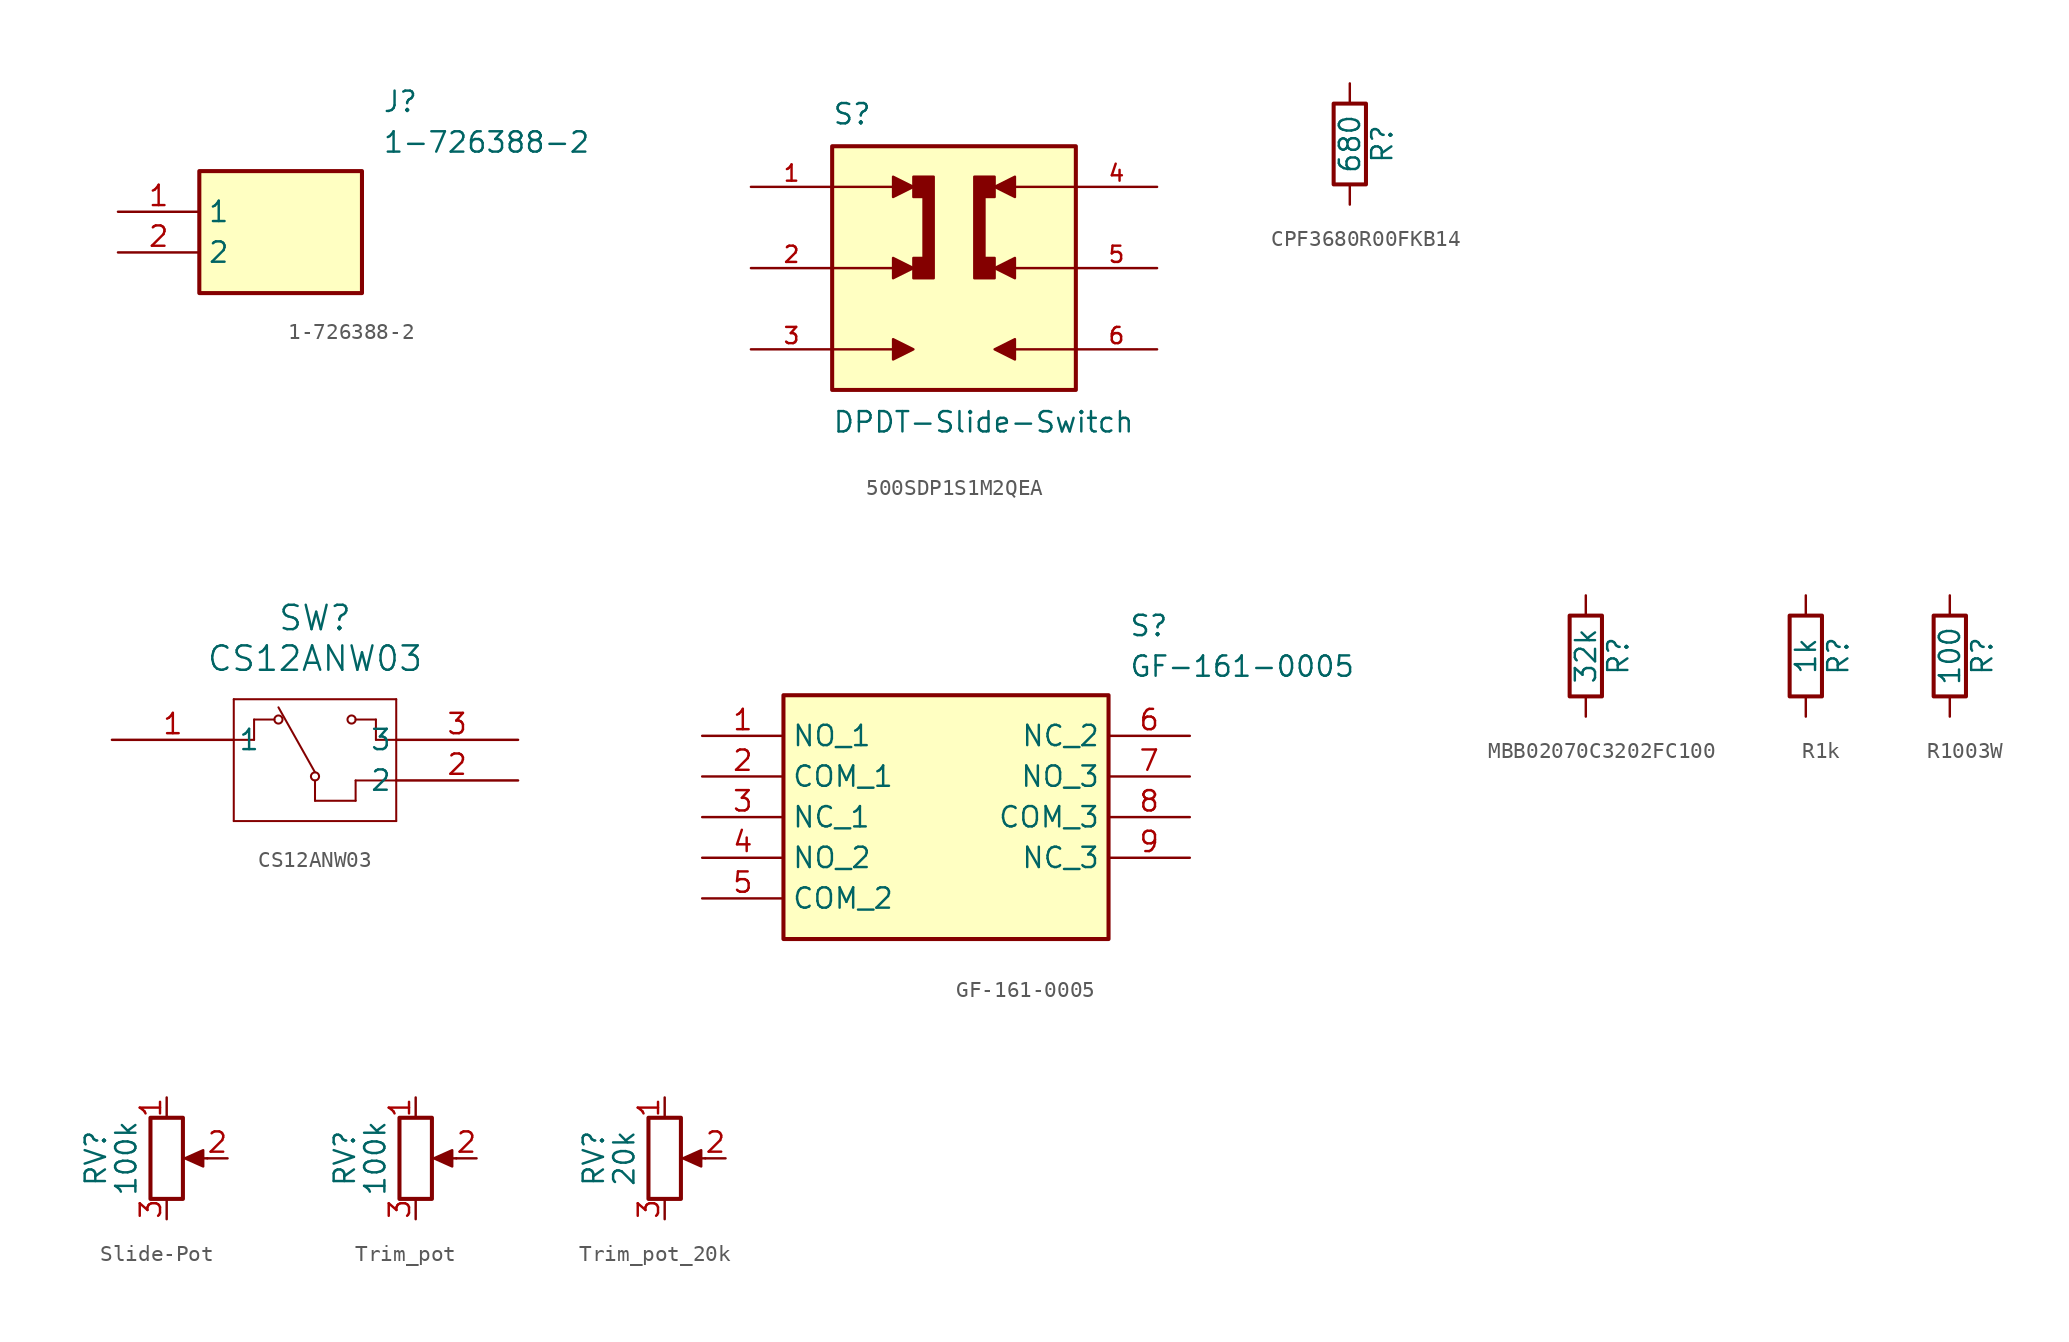
<source format=kicad_sym>
(kicad_symbol_lib
  (version 20241209)
  (generator "kicad_symbol_editor")
  (generator_version "9.0")
  (symbol "1-726388-2"
    (property "Reference" "J"
      (at 16.51 7.62 0)
      (effects (font (size 1.27 1.27)) (justify left top)))
    (property "Value" "1-726388-2"
      (at 16.51 5.08 0)
      (effects (font (size 1.27 1.27)) (justify left top)))
    (symbol "1-726388-2_1_1"
      (rectangle (start 5.08 2.54) (end 15.24 -5.08) (stroke (width 0.254) (type default)) (fill (type background)))
      (pin passive line (at 0 0 0) (length 5.08) (name "1" (effects (font (size 1.27 1.27)))) (number "1" (effects (font (size 1.27 1.27)))))
      (pin passive line (at 0 -2.54 0) (length 5.08) (name "2" (effects (font (size 1.27 1.27)))) (number "2" (effects (font (size 1.27 1.27)))))))
  (symbol "500SDP1S1M2QEA"
    (pin_names
      (offset 1.016))
    (property "Reference" "S"
      (at -7.62 8.89 0)
      (effects (font (size 1.27 1.27)) (justify left bottom)))
    (property "Value" "DPDT-Slide-Switch"
      (at -7.62 -8.89 0)
      (effects (font (size 1.27 1.27)) (justify left top)))
    (symbol "500SDP1S1M2QEA_0_0"
      (polyline (pts (xy -7.62 5.08) (xy -3.81 5.08)) (stroke (width 0.152) (type default)) (fill (type none)))
      (polyline (pts (xy -7.62 0) (xy -3.81 0)) (stroke (width 0.152) (type default)) (fill (type none)))
      (polyline (pts (xy -7.62 -5.08) (xy -3.81 -5.08)) (stroke (width 0.152) (type default)) (fill (type none)))
      (rectangle (start -7.62 -7.62) (end 7.62 7.62) (stroke (width 0.254) (type default)) (fill (type background)))
      (polyline (pts (xy -3.81 5.715) (xy -3.81 4.445) (xy -2.54 5.08) (xy -3.81 5.715)) (stroke (width 0.152) (type default)) (fill (type outline)))
      (polyline (pts (xy -3.81 0.635) (xy -3.81 -0.635) (xy -2.54 0) (xy -3.81 0.635)) (stroke (width 0.152) (type default)) (fill (type outline)))
      (polyline (pts (xy -3.81 -4.445) (xy -3.81 -5.715) (xy -2.54 -5.08) (xy -3.81 -4.445)) (stroke (width 0.152) (type default)) (fill (type outline)))
      (polyline (pts (xy -2.54 4.445) (xy -2.54 5.715) (xy -1.27 5.715) (xy -1.27 -0.635) (xy -2.54 -0.635) (xy -2.54 0.635) (xy -1.905 0.635) (xy -1.905 4.445) (xy -2.54 4.445)) (stroke (width 0.152) (type default)) (fill (type outline)))
      (polyline (pts (xy 2.54 0.635) (xy 2.54 -0.635) (xy 1.27 -0.635) (xy 1.27 5.715) (xy 2.54 5.715) (xy 2.54 4.445) (xy 1.905 4.445) (xy 1.905 0.635) (xy 2.54 0.635)) (stroke (width 0.152) (type default)) (fill (type outline)))
      (polyline (pts (xy 3.81 4.445) (xy 3.81 5.715) (xy 2.54 5.08) (xy 3.81 4.445)) (stroke (width 0.152) (type default)) (fill (type outline)))
      (polyline (pts (xy 3.81 -0.635) (xy 3.81 0.635) (xy 2.54 0) (xy 3.81 -0.635)) (stroke (width 0.152) (type default)) (fill (type outline)))
      (polyline (pts (xy 3.81 -5.715) (xy 3.81 -4.445) (xy 2.54 -5.08) (xy 3.81 -5.715)) (stroke (width 0.152) (type default)) (fill (type outline)))
      (polyline (pts (xy 7.62 5.08) (xy 3.81 5.08)) (stroke (width 0.152) (type default)) (fill (type none)))
      (polyline (pts (xy 7.62 0) (xy 3.81 0)) (stroke (width 0.152) (type default)) (fill (type none)))
      (polyline (pts (xy 7.62 -5.08) (xy 3.81 -5.08)) (stroke (width 0.152) (type default)) (fill (type none)))
      (pin passive line (at -12.7 5.08 0) (length 5.08) (name "~" (effects (font (size 1.016 1.016)))) (number "1" (effects (font (size 1.016 1.016)))))
      (pin passive line (at -12.7 0 0) (length 5.08) (name "~" (effects (font (size 1.016 1.016)))) (number "2" (effects (font (size 1.016 1.016)))))
      (pin passive line (at -12.7 -5.08 0) (length 5.08) (name "~" (effects (font (size 1.016 1.016)))) (number "3" (effects (font (size 1.016 1.016)))))
      (pin passive line (at 12.7 5.08 180) (length 5.08) (name "~" (effects (font (size 1.016 1.016)))) (number "4" (effects (font (size 1.016 1.016)))))
      (pin passive line (at 12.7 0 180) (length 5.08) (name "~" (effects (font (size 1.016 1.016)))) (number "5" (effects (font (size 1.016 1.016)))))
      (pin passive line (at 12.7 -5.08 180) (length 5.08) (name "~" (effects (font (size 1.016 1.016)))) (number "6" (effects (font (size 1.016 1.016)))))))
  (symbol "CPF3680R00FKB14"
    (pin_numbers
      (hide yes))
    (pin_names
      (offset 0))
    (property "Reference" "R"
      (at 2.032 0 90)
      (effects (font (size 1.27 1.27))))
    (property "Value" "680"
      (at 0 0 90)
      (effects (font (size 1.27 1.27))))
    (symbol "CPF3680R00FKB14_0_1"
      (rectangle (start -1.016 -2.54) (end 1.016 2.54) (stroke (width 0.254) (type default)) (fill (type none))))
    (symbol "CPF3680R00FKB14_1_1"
      (pin passive line (at 0 3.81 270) (length 1.27) (name "~" (effects (font (size 1.27 1.27)))) (number "1" (effects (font (size 1.27 1.27)))))
      (pin passive line (at 0 -3.81 90) (length 1.27) (name "~" (effects (font (size 1.27 1.27)))) (number "2" (effects (font (size 1.27 1.27)))))))
  (symbol "CS12ANW03"
    (pin_names
      (offset 0.254))
    (property "Reference" "SW"
      (at 12.7 7.62 0)
      (effects (font (size 1.524 1.524))))
    (property "Value" "CS12ANW03"
      (at 12.7 5.08 0)
      (effects (font (size 1.524 1.524))))
    (symbol "CS12ANW03_0_1"
      (polyline (pts (xy 7.62 2.54) (xy 7.62 -5.08)) (stroke (width 0.127) (type default)) (fill (type none)))
      (polyline (pts (xy 7.62 0) (xy 8.89 0)) (stroke (width 0.127) (type default)) (fill (type none)))
      (polyline (pts (xy 7.62 -5.08) (xy 17.78 -5.08)) (stroke (width 0.127) (type default)) (fill (type none)))
      (polyline (pts (xy 8.89 1.27) (xy 10.16 1.27)) (stroke (width 0.127) (type default)) (fill (type none)))
      (polyline (pts (xy 8.89 0) (xy 8.89 1.27)) (stroke (width 0.127) (type default)) (fill (type none)))
      (circle (center 10.414 1.27) (radius 0.254) (stroke (width 0.127) (type default)) (fill (type none)))
      (polyline (pts (xy 12.7 -2.032) (xy 10.414 2.032)) (stroke (width 0.127) (type default)) (fill (type none)))
      (circle (center 12.7 -2.286) (radius 0.254) (stroke (width 0.127) (type default)) (fill (type none)))
      (polyline (pts (xy 12.7 -3.81) (xy 12.7 -2.54)) (stroke (width 0.127) (type default)) (fill (type none)))
      (circle (center 14.986 1.27) (radius 0.254) (stroke (width 0.127) (type default)) (fill (type none)))
      (polyline (pts (xy 15.24 1.27) (xy 16.51 1.27)) (stroke (width 0.127) (type default)) (fill (type none)))
      (polyline (pts (xy 15.24 -2.54) (xy 15.24 -3.81)) (stroke (width 0.127) (type default)) (fill (type none)))
      (polyline (pts (xy 15.24 -3.81) (xy 12.7 -3.81)) (stroke (width 0.127) (type default)) (fill (type none)))
      (polyline (pts (xy 16.51 1.27) (xy 16.51 0)) (stroke (width 0.127) (type default)) (fill (type none)))
      (polyline (pts (xy 16.51 0) (xy 17.78 0)) (stroke (width 0.127) (type default)) (fill (type none)))
      (polyline (pts (xy 17.78 2.54) (xy 7.62 2.54)) (stroke (width 0.127) (type default)) (fill (type none)))
      (polyline (pts (xy 17.78 -2.54) (xy 15.24 -2.54)) (stroke (width 0.127) (type default)) (fill (type none)))
      (polyline (pts (xy 17.78 -5.08) (xy 17.78 2.54)) (stroke (width 0.127) (type default)) (fill (type none)))
      (pin unspecified line (at 0 0 0) (length 7.62) (name "1" (effects (font (size 1.27 1.27)))) (number "1" (effects (font (size 1.27 1.27)))))
      (pin unspecified line (at 25.4 0 180) (length 7.62) (name "3" (effects (font (size 1.27 1.27)))) (number "3" (effects (font (size 1.27 1.27)))))
      (pin unspecified line (at 25.4 -2.54 180) (length 7.62) (name "2" (effects (font (size 1.27 1.27)))) (number "2" (effects (font (size 1.27 1.27)))))))
  (symbol "GF-161-0005"
    (property "Reference" "S"
      (at 26.67 7.62 0)
      (effects (font (size 1.27 1.27)) (justify left top)))
    (property "Value" "GF-161-0005"
      (at 26.67 5.08 0)
      (effects (font (size 1.27 1.27)) (justify left top)))
    (symbol "GF-161-0005_1_1"
      (rectangle (start 5.08 2.54) (end 25.4 -12.7) (stroke (width 0.254) (type default)) (fill (type background)))
      (pin passive line (at 0 0 0) (length 5.08) (name "NO_1" (effects (font (size 1.27 1.27)))) (number "1" (effects (font (size 1.27 1.27)))))
      (pin passive line (at 0 -2.54 0) (length 5.08) (name "COM_1" (effects (font (size 1.27 1.27)))) (number "2" (effects (font (size 1.27 1.27)))))
      (pin passive line (at 0 -5.08 0) (length 5.08) (name "NC_1" (effects (font (size 1.27 1.27)))) (number "3" (effects (font (size 1.27 1.27)))))
      (pin passive line (at 0 -7.62 0) (length 5.08) (name "NO_2" (effects (font (size 1.27 1.27)))) (number "4" (effects (font (size 1.27 1.27)))))
      (pin passive line (at 0 -10.16 0) (length 5.08) (name "COM_2" (effects (font (size 1.27 1.27)))) (number "5" (effects (font (size 1.27 1.27)))))
      (pin passive line (at 30.48 0 180) (length 5.08) (name "NC_2" (effects (font (size 1.27 1.27)))) (number "6" (effects (font (size 1.27 1.27)))))
      (pin passive line (at 30.48 -2.54 180) (length 5.08) (name "NO_3" (effects (font (size 1.27 1.27)))) (number "7" (effects (font (size 1.27 1.27)))))
      (pin passive line (at 30.48 -5.08 180) (length 5.08) (name "COM_3" (effects (font (size 1.27 1.27)))) (number "8" (effects (font (size 1.27 1.27)))))
      (pin passive line (at 30.48 -7.62 180) (length 5.08) (name "NC_3" (effects (font (size 1.27 1.27)))) (number "9" (effects (font (size 1.27 1.27)))))))
  (symbol "MBB02070C3202FC100"
    (pin_numbers
      (hide yes))
    (pin_names
      (offset 0))
    (property "Reference" "R"
      (at 2.032 0 90)
      (effects (font (size 1.27 1.27))))
    (property "Value" "32k"
      (at 0 0 90)
      (effects (font (size 1.27 1.27))))
    (symbol "MBB02070C3202FC100_0_1"
      (rectangle (start -1.016 -2.54) (end 1.016 2.54) (stroke (width 0.254) (type default)) (fill (type none))))
    (symbol "MBB02070C3202FC100_1_1"
      (pin passive line (at 0 3.81 270) (length 1.27) (name "~" (effects (font (size 1.27 1.27)))) (number "1" (effects (font (size 1.27 1.27)))))
      (pin passive line (at 0 -3.81 90) (length 1.27) (name "~" (effects (font (size 1.27 1.27)))) (number "2" (effects (font (size 1.27 1.27)))))))
  (symbol "R1k"
    (pin_numbers
      (hide yes))
    (pin_names
      (offset 0))
    (property "Reference" "R"
      (at 2.032 0 90)
      (effects (font (size 1.27 1.27))))
    (property "Value" "1k"
      (at 0 0 90)
      (effects (font (size 1.27 1.27))))
    (symbol "R1k_0_1"
      (rectangle (start -1.016 -2.54) (end 1.016 2.54) (stroke (width 0.254) (type default)) (fill (type none))))
    (symbol "R1k_1_1"
      (pin passive line (at 0 3.81 270) (length 1.27) (name "~" (effects (font (size 1.27 1.27)))) (number "1" (effects (font (size 1.27 1.27)))))
      (pin passive line (at 0 -3.81 90) (length 1.27) (name "~" (effects (font (size 1.27 1.27)))) (number "2" (effects (font (size 1.27 1.27)))))))
  (symbol "R1003W"
    (pin_numbers
      (hide yes))
    (pin_names
      (offset 0))
    (property "Reference" "R"
      (at 2.032 0 90)
      (effects (font (size 1.27 1.27))))
    (property "Value" "100"
      (at 0 0 90)
      (effects (font (size 1.27 1.27))))
    (symbol "R1003W_0_1"
      (rectangle (start -1.016 -2.54) (end 1.016 2.54) (stroke (width 0.254) (type default)) (fill (type none))))
    (symbol "R1003W_1_1"
      (pin passive line (at 0 3.81 270) (length 1.27) (name "~" (effects (font (size 1.27 1.27)))) (number "1" (effects (font (size 1.27 1.27)))))
      (pin passive line (at 0 -3.81 90) (length 1.27) (name "~" (effects (font (size 1.27 1.27)))) (number "2" (effects (font (size 1.27 1.27)))))))
  (symbol "Slide-Pot"
    (pin_names
      (offset 1.016)
      (hide yes))
    (property "Reference" "RV"
      (at -4.445 0 90)
      (effects (font (size 1.27 1.27))))
    (property "Value" "100k"
      (at -2.54 0 90)
      (effects (font (size 1.27 1.27))))
    (symbol "Slide-Pot_0_1"
      (rectangle (start 1.016 2.54) (end -1.016 -2.54) (stroke (width 0.254) (type default)) (fill (type none)))
      (polyline (pts (xy 1.143 0) (xy 2.286 0.508) (xy 2.286 -0.508) (xy 1.143 0)) (stroke (width 0) (type default)) (fill (type outline)))
      (polyline (pts (xy 2.54 0) (xy 1.524 0)) (stroke (width 0) (type default)) (fill (type none))))
    (symbol "Slide-Pot_1_1"
      (pin passive line (at 0 3.81 270) (length 1.27) (name "1" (effects (font (size 1.27 1.27)))) (number "1" (effects (font (size 1.27 1.27)))))
      (pin passive line (at 0 -3.81 90) (length 1.27) (name "3" (effects (font (size 1.27 1.27)))) (number "3" (effects (font (size 1.27 1.27)))))
      (pin passive line (at 3.81 0 180) (length 1.27) (name "2" (effects (font (size 1.27 1.27)))) (number "2" (effects (font (size 1.27 1.27)))))))
  (symbol "Trim_pot"
    (pin_names
      (offset 1.016)
      (hide yes))
    (property "Reference" "RV"
      (at -4.445 0 90)
      (effects (font (size 1.27 1.27))))
    (property "Value" "100k"
      (at -2.54 0 90)
      (effects (font (size 1.27 1.27))))
    (symbol "Trim_pot_0_1"
      (rectangle (start 1.016 2.54) (end -1.016 -2.54) (stroke (width 0.254) (type default)) (fill (type none)))
      (polyline (pts (xy 1.143 0) (xy 2.286 0.508) (xy 2.286 -0.508) (xy 1.143 0)) (stroke (width 0) (type default)) (fill (type outline)))
      (polyline (pts (xy 2.54 0) (xy 1.524 0)) (stroke (width 0) (type default)) (fill (type none))))
    (symbol "Trim_pot_1_1"
      (pin passive line (at 0 3.81 270) (length 1.27) (name "1" (effects (font (size 1.27 1.27)))) (number "1" (effects (font (size 1.27 1.27)))))
      (pin passive line (at 0 -3.81 90) (length 1.27) (name "3" (effects (font (size 1.27 1.27)))) (number "3" (effects (font (size 1.27 1.27)))))
      (pin passive line (at 3.81 0 180) (length 1.27) (name "2" (effects (font (size 1.27 1.27)))) (number "2" (effects (font (size 1.27 1.27)))))))
  (symbol "Trim_pot_20k"
    (pin_names
      (offset 1.016)
      (hide yes))
    (property "Reference" "RV"
      (at -4.445 0 90)
      (effects (font (size 1.27 1.27))))
    (property "Value" "20k"
      (at -2.54 0 90)
      (effects (font (size 1.27 1.27))))
    (symbol "Trim_pot_20k_0_1"
      (rectangle (start 1.016 2.54) (end -1.016 -2.54) (stroke (width 0.254) (type default)) (fill (type none)))
      (polyline (pts (xy 1.143 0) (xy 2.286 0.508) (xy 2.286 -0.508) (xy 1.143 0)) (stroke (width 0) (type default)) (fill (type outline)))
      (polyline (pts (xy 2.54 0) (xy 1.524 0)) (stroke (width 0) (type default)) (fill (type none))))
    (symbol "Trim_pot_20k_1_1"
      (pin passive line (at 0 3.81 270) (length 1.27) (name "1" (effects (font (size 1.27 1.27)))) (number "1" (effects (font (size 1.27 1.27)))))
      (pin passive line (at 0 -3.81 90) (length 1.27) (name "3" (effects (font (size 1.27 1.27)))) (number "3" (effects (font (size 1.27 1.27)))))
      (pin passive line (at 3.81 0 180) (length 1.27) (name "2" (effects (font (size 1.27 1.27)))) (number "2" (effects (font (size 1.27 1.27))))))))
</source>
